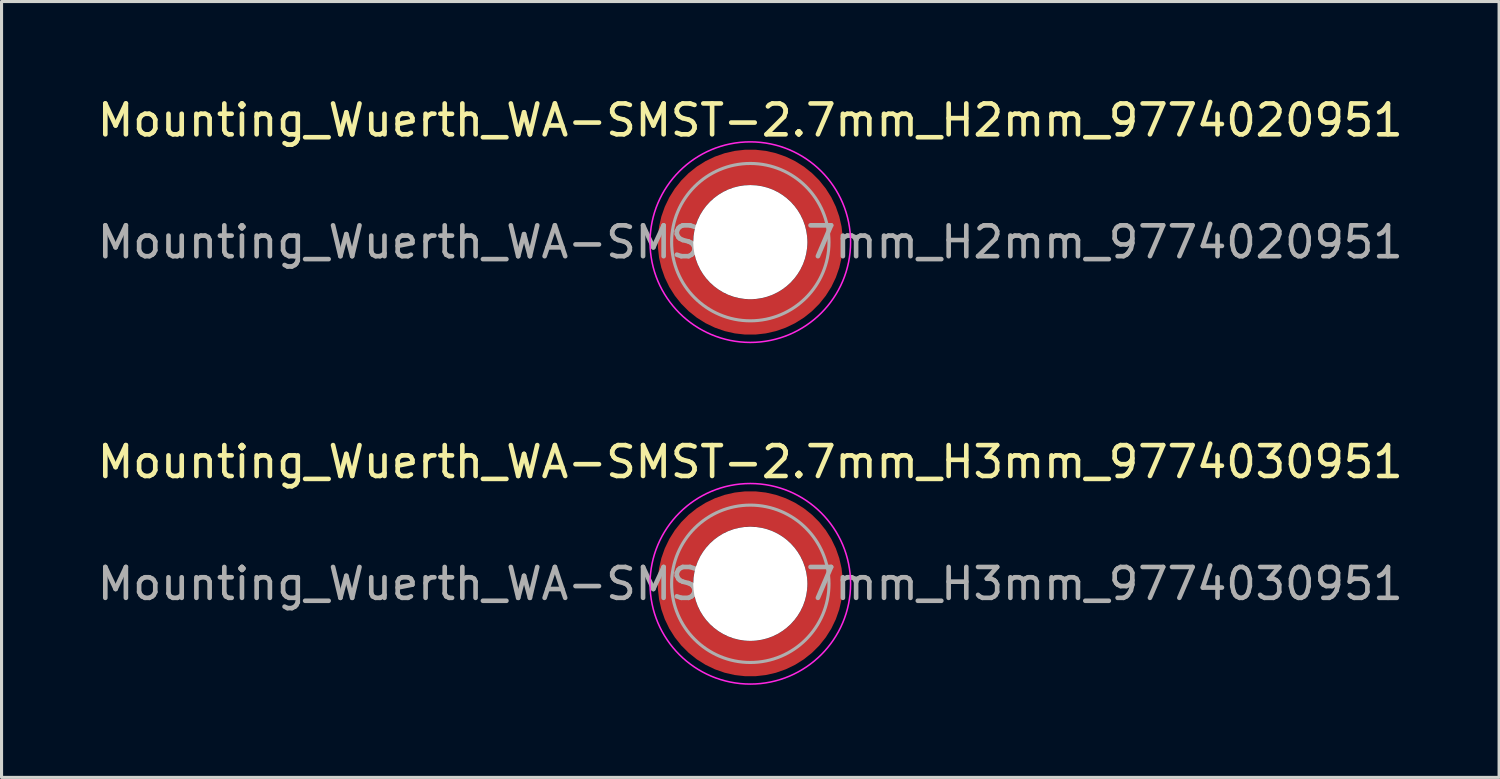
<source format=kicad_pcb>
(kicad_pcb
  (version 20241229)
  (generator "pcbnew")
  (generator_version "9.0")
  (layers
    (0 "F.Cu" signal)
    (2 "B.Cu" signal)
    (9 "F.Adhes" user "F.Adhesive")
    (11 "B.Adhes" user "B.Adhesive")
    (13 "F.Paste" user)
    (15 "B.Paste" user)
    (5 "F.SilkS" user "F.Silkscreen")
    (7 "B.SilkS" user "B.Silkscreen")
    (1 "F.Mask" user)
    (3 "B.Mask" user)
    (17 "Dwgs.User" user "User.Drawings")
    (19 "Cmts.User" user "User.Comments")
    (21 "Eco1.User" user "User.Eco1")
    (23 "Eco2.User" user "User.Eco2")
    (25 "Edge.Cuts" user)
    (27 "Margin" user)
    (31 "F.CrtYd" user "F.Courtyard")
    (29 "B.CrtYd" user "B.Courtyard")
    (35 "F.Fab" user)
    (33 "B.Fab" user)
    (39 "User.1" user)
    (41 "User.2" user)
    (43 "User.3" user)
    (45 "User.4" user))
  (footprint "Mounting_Wuerth_WA-SMST-2.7mm_H3mm_9774030951"
    (layer "F.Cu")
    (at 21.268 15.871)
    (property "Reference" "Mounting_Wuerth_WA-SMST-2.7mm_H3mm_9774030951" (at 0 -3.95 0) (layer "F.SilkS") (effects (font (size 1 1) (thickness 0.15))))
    (attr smd)
    (fp_circle (center 0 0) (end 3.25 0) (stroke (width 0.05) (type solid)) (fill no) (layer "F.CrtYd"))
    (fp_circle (center 0 0) (end 2.55 0) (stroke (width 0.1) (type solid)) (fill no) (layer "F.Fab"))
    (fp_text user "${REFERENCE}" (at 0 0 0) (layer "F.Fab") (effects (font (size 1 1) (thickness 0.15))))
    (pad "" smd custom (at -1.704 -1.704) (size 0.62 0.62) (layers "F.Paste") (options (anchor circle)) (primitives (gr_arc (start -0.250195 1.279127) (mid 0.289146 0.290681) (end 1.277006 -0.249732) (width 0.2)) (gr_arc (start -0.34334 1.279127) (mid 0.224883 0.226093) (end 1.277452 -0.342992) (width 0.2)) (gr_arc (start -0.436309 1.279127) (mid 0.160537 0.16159) (end 1.277666 -0.436018) (width 0.2)) (gr_arc (start -0.529126 1.279127) (mid 0.095932 0.097343) (end 1.277167 -0.528752) (width 0.2)) (gr_arc (start -0.621807 1.279127) (mid 0.0309 0.033527) (end 1.275473 -0.621136) (width 0.2)) (gr_arc (start -0.71437 1.279127) (mid -0.03322 -0.031206) (end 1.276322 -0.713875) (width 0.2)) (gr_arc (start -0.806826 1.279127) (mid -0.097997 -0.095278) (end 1.275336 -0.806181) (width 0.2)) (gr_arc (start -0.899187 1.279127) (mid -0.161977 -0.160149) (end 1.276577 -0.898769) (width 0.2)) (gr_arc (start -0.991463 1.279127) (mid -0.226842 -0.224133) (end 1.275343 -0.990864) (width 0.2)) (gr_arc (start -1.083663 1.279127) (mid -0.291026 -0.288801) (end 1.276016 -1.083187) (width 0.2)) (gr_line (start 1.279 -0.25) (end 1.279 -1.084) (width 0.2)) (gr_line (start -0.25 1.279) (end -1.084 1.279) (width 0.2))))
    (pad "" smd custom (at -1.704 1.704) (size 0.62 0.62) (layers "F.Paste") (options (anchor circle)) (primitives (gr_arc (start 1.279127 0.250195) (mid 0.290681 -0.289146) (end -0.249732 -1.277006) (width 0.2)) (gr_arc (start 1.279127 0.34334) (mid 0.226093 -0.224883) (end -0.342992 -1.277452) (width 0.2)) (gr_arc (start 1.279127 0.436309) (mid 0.16159 -0.160537) (end -0.436018 -1.277666) (width 0.2)) (gr_arc (start 1.279127 0.529126) (mid 0.097343 -0.095932) (end -0.528752 -1.277167) (width 0.2)) (gr_arc (start 1.279127 0.621807) (mid 0.033527 -0.0309) (end -0.621136 -1.275473) (width 0.2)) (gr_arc (start 1.279127 0.71437) (mid -0.031206 0.03322) (end -0.713875 -1.276322) (width 0.2)) (gr_arc (start 1.279127 0.806826) (mid -0.095278 0.097997) (end -0.806181 -1.275336) (width 0.2)) (gr_arc (start 1.279127 0.899187) (mid -0.160149 0.161977) (end -0.898769 -1.276577) (width 0.2)) (gr_arc (start 1.279127 0.991463) (mid -0.224133 0.226842) (end -0.990864 -1.275343) (width 0.2)) (gr_arc (start 1.279127 1.083663) (mid -0.288801 0.291026) (end -1.083187 -1.276016) (width 0.2)) (gr_line (start -0.25 -1.279) (end -1.084 -1.279) (width 0.2)) (gr_line (start 1.279 0.25) (end 1.279 1.084) (width 0.2))))
    (pad "" np_thru_hole circle (at 0 0) (size 3.7 3.7) (drill 3.7) (layers "*.Cu" "*.Mask"))
    (pad "" smd custom (at 1.704 -1.704) (size 0.62 0.62) (layers "F.Paste") (options (anchor circle)) (primitives (gr_arc (start -1.279127 -0.250195) (mid -0.290681 0.289146) (end 0.249732 1.277006) (width 0.2)) (gr_arc (start -1.279127 -0.34334) (mid -0.226093 0.224883) (end 0.342992 1.277452) (width 0.2)) (gr_arc (start -1.279127 -0.436309) (mid -0.16159 0.160537) (end 0.436018 1.277666) (width 0.2)) (gr_arc (start -1.279127 -0.529126) (mid -0.097343 0.095932) (end 0.528752 1.277167) (width 0.2)) (gr_arc (start -1.279127 -0.621807) (mid -0.033527 0.0309) (end 0.621136 1.275473) (width 0.2)) (gr_arc (start -1.279127 -0.71437) (mid 0.031206 -0.03322) (end 0.713875 1.276322) (width 0.2)) (gr_arc (start -1.279127 -0.806826) (mid 0.095278 -0.097997) (end 0.806181 1.275336) (width 0.2)) (gr_arc (start -1.279127 -0.899187) (mid 0.160149 -0.161977) (end 0.898769 1.276577) (width 0.2)) (gr_arc (start -1.279127 -0.991463) (mid 0.224133 -0.226842) (end 0.990864 1.275343) (width 0.2)) (gr_arc (start -1.279127 -1.083663) (mid 0.288801 -0.291026) (end 1.083187 1.276016) (width 0.2)) (gr_line (start 0.25 1.279) (end 1.084 1.279) (width 0.2)) (gr_line (start -1.279 -0.25) (end -1.279 -1.084) (width 0.2))))
    (pad "" smd custom (at 1.704 1.704) (size 0.62 0.62) (layers "F.Paste") (options (anchor circle)) (primitives (gr_arc (start 0.250195 -1.279127) (mid -0.289146 -0.290681) (end -1.277006 0.249732) (width 0.2)) (gr_arc (start 0.34334 -1.279127) (mid -0.224883 -0.226093) (end -1.277452 0.342992) (width 0.2)) (gr_arc (start 0.436309 -1.279127) (mid -0.160537 -0.16159) (end -1.277666 0.436018) (width 0.2)) (gr_arc (start 0.529126 -1.279127) (mid -0.095932 -0.097343) (end -1.277167 0.528752) (width 0.2)) (gr_arc (start 0.621807 -1.279127) (mid -0.0309 -0.033527) (end -1.275473 0.621136) (width 0.2)) (gr_arc (start 0.71437 -1.279127) (mid 0.03322 0.031206) (end -1.276322 0.713875) (width 0.2)) (gr_arc (start 0.806826 -1.279127) (mid 0.097997 0.095278) (end -1.275336 0.806181) (width 0.2)) (gr_arc (start 0.899187 -1.279127) (mid 0.161977 0.160149) (end -1.276577 0.898769) (width 0.2)) (gr_arc (start 0.991463 -1.279127) (mid 0.226842 0.224133) (end -1.275343 0.990864) (width 0.2)) (gr_arc (start 1.083663 -1.279127) (mid 0.291026 0.288801) (end -1.276016 1.083187) (width 0.2)) (gr_line (start -1.279 0.25) (end -1.279 1.084) (width 0.2)) (gr_line (start 0.25 -1.279) (end 1.084 -1.279) (width 0.2))))
    (pad "1" smd circle (at -2.425 0) (size 0.75 0.75) (layers "F.Cu"))
    (pad "1" smd circle (at 0 -2.425) (size 0.75 0.75) (layers "F.Cu"))
    (pad "1" smd circle (at 0 2.425) (size 0.75 0.75) (layers "F.Cu"))
    (pad "1" smd custom (at 2.425 0) (size 0.75 0.75) (layers "F.Cu" "F.Mask") (options (anchor circle)) (primitives (gr_circle (center -2.425 0) (end 0 0) (width 1.15) (fill no)))))
  (footprint "Mounting_Wuerth_WA-SMST-2.7mm_H2mm_9774020951"
    (layer "F.Cu")
    (at 21.268 4.798)
    (property "Reference" "Mounting_Wuerth_WA-SMST-2.7mm_H2mm_9774020951" (at 0 -3.95 0) (layer "F.SilkS") (effects (font (size 1 1) (thickness 0.15))))
    (attr smd)
    (fp_circle (center 0 0) (end 3.25 0) (stroke (width 0.05) (type solid)) (fill no) (layer "F.CrtYd"))
    (fp_circle (center 0 0) (end 2.55 0) (stroke (width 0.1) (type solid)) (fill no) (layer "F.Fab"))
    (fp_text user "${REFERENCE}" (at 0 0 0) (layer "F.Fab") (effects (font (size 1 1) (thickness 0.15))))
    (pad "" smd custom (at -1.704 -1.704) (size 0.62 0.62) (layers "F.Paste") (options (anchor circle)) (primitives (gr_arc (start -0.250195 1.279127) (mid 0.289146 0.290681) (end 1.277006 -0.249732) (width 0.2)) (gr_arc (start -0.34334 1.279127) (mid 0.224883 0.226093) (end 1.277452 -0.342992) (width 0.2)) (gr_arc (start -0.436309 1.279127) (mid 0.160537 0.16159) (end 1.277666 -0.436018) (width 0.2)) (gr_arc (start -0.529126 1.279127) (mid 0.095932 0.097343) (end 1.277167 -0.528752) (width 0.2)) (gr_arc (start -0.621807 1.279127) (mid 0.0309 0.033527) (end 1.275473 -0.621136) (width 0.2)) (gr_arc (start -0.71437 1.279127) (mid -0.03322 -0.031206) (end 1.276322 -0.713875) (width 0.2)) (gr_arc (start -0.806826 1.279127) (mid -0.097997 -0.095278) (end 1.275336 -0.806181) (width 0.2)) (gr_arc (start -0.899187 1.279127) (mid -0.161977 -0.160149) (end 1.276577 -0.898769) (width 0.2)) (gr_arc (start -0.991463 1.279127) (mid -0.226842 -0.224133) (end 1.275343 -0.990864) (width 0.2)) (gr_arc (start -1.083663 1.279127) (mid -0.291026 -0.288801) (end 1.276016 -1.083187) (width 0.2)) (gr_line (start 1.279 -0.25) (end 1.279 -1.084) (width 0.2)) (gr_line (start -0.25 1.279) (end -1.084 1.279) (width 0.2))))
    (pad "" smd custom (at -1.704 1.704) (size 0.62 0.62) (layers "F.Paste") (options (anchor circle)) (primitives (gr_arc (start 1.279127 0.250195) (mid 0.290681 -0.289146) (end -0.249732 -1.277006) (width 0.2)) (gr_arc (start 1.279127 0.34334) (mid 0.226093 -0.224883) (end -0.342992 -1.277452) (width 0.2)) (gr_arc (start 1.279127 0.436309) (mid 0.16159 -0.160537) (end -0.436018 -1.277666) (width 0.2)) (gr_arc (start 1.279127 0.529126) (mid 0.097343 -0.095932) (end -0.528752 -1.277167) (width 0.2)) (gr_arc (start 1.279127 0.621807) (mid 0.033527 -0.0309) (end -0.621136 -1.275473) (width 0.2)) (gr_arc (start 1.279127 0.71437) (mid -0.031206 0.03322) (end -0.713875 -1.276322) (width 0.2)) (gr_arc (start 1.279127 0.806826) (mid -0.095278 0.097997) (end -0.806181 -1.275336) (width 0.2)) (gr_arc (start 1.279127 0.899187) (mid -0.160149 0.161977) (end -0.898769 -1.276577) (width 0.2)) (gr_arc (start 1.279127 0.991463) (mid -0.224133 0.226842) (end -0.990864 -1.275343) (width 0.2)) (gr_arc (start 1.279127 1.083663) (mid -0.288801 0.291026) (end -1.083187 -1.276016) (width 0.2)) (gr_line (start -0.25 -1.279) (end -1.084 -1.279) (width 0.2)) (gr_line (start 1.279 0.25) (end 1.279 1.084) (width 0.2))))
    (pad "" np_thru_hole circle (at 0 0) (size 3.7 3.7) (drill 3.7) (layers "*.Cu" "*.Mask"))
    (pad "" smd custom (at 1.704 -1.704) (size 0.62 0.62) (layers "F.Paste") (options (anchor circle)) (primitives (gr_arc (start -1.279127 -0.250195) (mid -0.290681 0.289146) (end 0.249732 1.277006) (width 0.2)) (gr_arc (start -1.279127 -0.34334) (mid -0.226093 0.224883) (end 0.342992 1.277452) (width 0.2)) (gr_arc (start -1.279127 -0.436309) (mid -0.16159 0.160537) (end 0.436018 1.277666) (width 0.2)) (gr_arc (start -1.279127 -0.529126) (mid -0.097343 0.095932) (end 0.528752 1.277167) (width 0.2)) (gr_arc (start -1.279127 -0.621807) (mid -0.033527 0.0309) (end 0.621136 1.275473) (width 0.2)) (gr_arc (start -1.279127 -0.71437) (mid 0.031206 -0.03322) (end 0.713875 1.276322) (width 0.2)) (gr_arc (start -1.279127 -0.806826) (mid 0.095278 -0.097997) (end 0.806181 1.275336) (width 0.2)) (gr_arc (start -1.279127 -0.899187) (mid 0.160149 -0.161977) (end 0.898769 1.276577) (width 0.2)) (gr_arc (start -1.279127 -0.991463) (mid 0.224133 -0.226842) (end 0.990864 1.275343) (width 0.2)) (gr_arc (start -1.279127 -1.083663) (mid 0.288801 -0.291026) (end 1.083187 1.276016) (width 0.2)) (gr_line (start 0.25 1.279) (end 1.084 1.279) (width 0.2)) (gr_line (start -1.279 -0.25) (end -1.279 -1.084) (width 0.2))))
    (pad "" smd custom (at 1.704 1.704) (size 0.62 0.62) (layers "F.Paste") (options (anchor circle)) (primitives (gr_arc (start 0.250195 -1.279127) (mid -0.289146 -0.290681) (end -1.277006 0.249732) (width 0.2)) (gr_arc (start 0.34334 -1.279127) (mid -0.224883 -0.226093) (end -1.277452 0.342992) (width 0.2)) (gr_arc (start 0.436309 -1.279127) (mid -0.160537 -0.16159) (end -1.277666 0.436018) (width 0.2)) (gr_arc (start 0.529126 -1.279127) (mid -0.095932 -0.097343) (end -1.277167 0.528752) (width 0.2)) (gr_arc (start 0.621807 -1.279127) (mid -0.0309 -0.033527) (end -1.275473 0.621136) (width 0.2)) (gr_arc (start 0.71437 -1.279127) (mid 0.03322 0.031206) (end -1.276322 0.713875) (width 0.2)) (gr_arc (start 0.806826 -1.279127) (mid 0.097997 0.095278) (end -1.275336 0.806181) (width 0.2)) (gr_arc (start 0.899187 -1.279127) (mid 0.161977 0.160149) (end -1.276577 0.898769) (width 0.2)) (gr_arc (start 0.991463 -1.279127) (mid 0.226842 0.224133) (end -1.275343 0.990864) (width 0.2)) (gr_arc (start 1.083663 -1.279127) (mid 0.291026 0.288801) (end -1.276016 1.083187) (width 0.2)) (gr_line (start -1.279 0.25) (end -1.279 1.084) (width 0.2)) (gr_line (start 0.25 -1.279) (end 1.084 -1.279) (width 0.2))))
    (pad "1" smd circle (at -2.425 0) (size 0.75 0.75) (layers "F.Cu"))
    (pad "1" smd circle (at 0 -2.425) (size 0.75 0.75) (layers "F.Cu"))
    (pad "1" smd circle (at 0 2.425) (size 0.75 0.75) (layers "F.Cu"))
    (pad "1" smd custom (at 2.425 0) (size 0.75 0.75) (layers "F.Cu" "F.Mask") (options (anchor circle)) (primitives (gr_circle (center -2.425 0) (end 0 0) (width 1.15) (fill no)))))
  (gr_rect
    (start -3 -3)
    (end 45.536 22.146)
    (stroke (width 0.1) (type default))
    (fill no)
    (layer "Edge.Cuts")))
</source>
